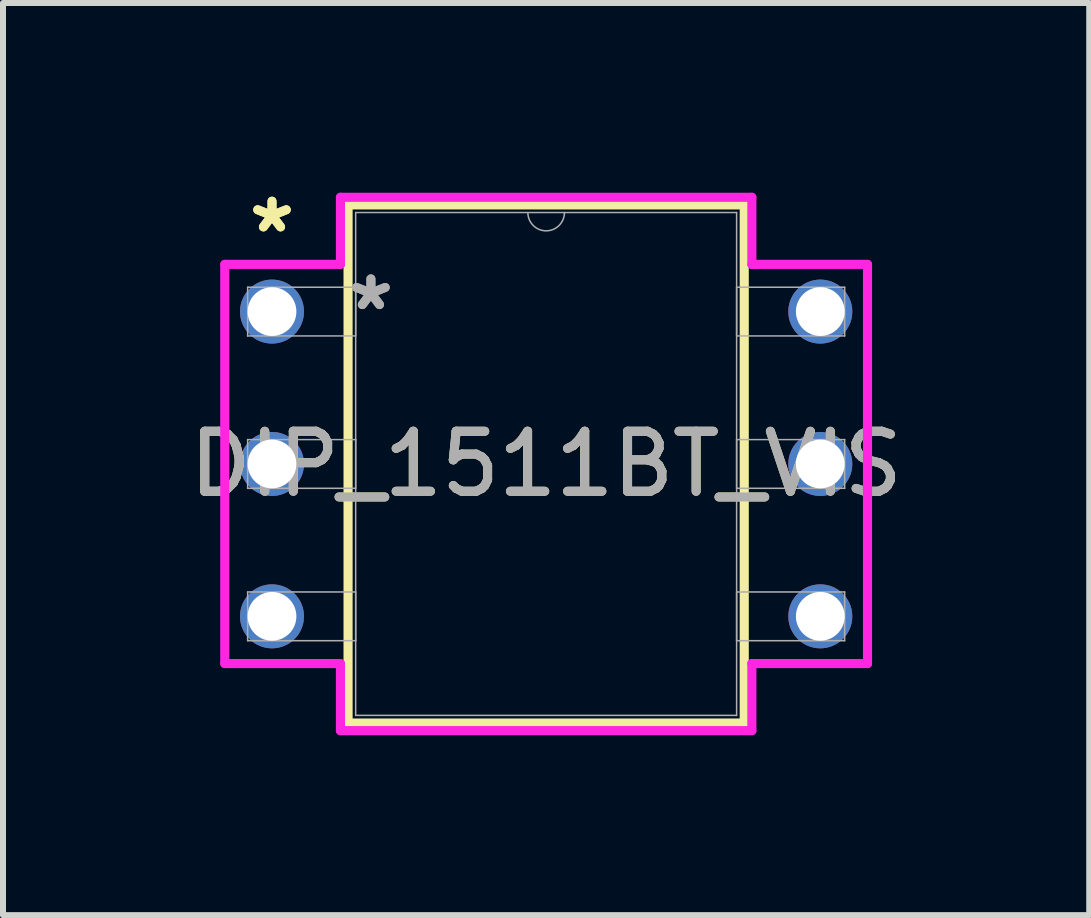
<source format=kicad_pcb>
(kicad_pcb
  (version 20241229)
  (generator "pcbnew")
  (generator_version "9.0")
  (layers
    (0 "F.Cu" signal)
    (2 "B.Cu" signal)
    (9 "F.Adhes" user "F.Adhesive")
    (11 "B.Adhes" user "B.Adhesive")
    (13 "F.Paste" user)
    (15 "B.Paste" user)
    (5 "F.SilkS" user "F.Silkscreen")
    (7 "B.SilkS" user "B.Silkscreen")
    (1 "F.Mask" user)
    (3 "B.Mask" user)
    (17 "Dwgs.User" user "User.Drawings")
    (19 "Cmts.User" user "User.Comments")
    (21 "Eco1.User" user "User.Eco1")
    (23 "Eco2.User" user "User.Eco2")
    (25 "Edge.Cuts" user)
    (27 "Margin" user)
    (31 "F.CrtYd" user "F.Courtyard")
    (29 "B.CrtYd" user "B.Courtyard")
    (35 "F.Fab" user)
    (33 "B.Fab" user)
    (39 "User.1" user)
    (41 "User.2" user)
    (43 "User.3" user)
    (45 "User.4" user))
  (footprint "DIP_1511BT_VIS"
    (layer "F.Cu")
    (at 1.484 2.144)
    (property "Reference" "DIP_1511BT_VIS" (at 4.57 2.54 0) (unlocked yes) (layer "F.SilkS") (effects (font (size 1 1) (thickness 0.15))))
    (attr through_hole)
    (fp_line (start 1.268 -1.778) (end 1.268 6.858) (stroke (width 0.152) (type solid)) (layer "F.SilkS"))
    (fp_line (start 1.268 6.858) (end 7.872 6.858) (stroke (width 0.152) (type solid)) (layer "F.SilkS"))
    (fp_line (start 7.872 -1.778) (end 1.268 -1.778) (stroke (width 0.152) (type solid)) (layer "F.SilkS"))
    (fp_line (start 7.872 6.858) (end 7.872 -1.778) (stroke (width 0.152) (type solid)) (layer "F.SilkS"))
    (fp_line (start -0.787 -0.787) (end 1.141 -0.787) (stroke (width 0.152) (type solid)) (layer "F.CrtYd"))
    (fp_line (start -0.787 5.867) (end -0.787 -0.787) (stroke (width 0.152) (type solid)) (layer "F.CrtYd"))
    (fp_line (start 1.141 -1.905) (end 7.999 -1.905) (stroke (width 0.152) (type solid)) (layer "F.CrtYd"))
    (fp_line (start 1.141 -0.787) (end 1.141 -1.905) (stroke (width 0.152) (type solid)) (layer "F.CrtYd"))
    (fp_line (start 1.141 5.867) (end -0.787 5.867) (stroke (width 0.152) (type solid)) (layer "F.CrtYd"))
    (fp_line (start 1.141 6.985) (end 1.141 5.867) (stroke (width 0.152) (type solid)) (layer "F.CrtYd"))
    (fp_line (start 7.999 -1.905) (end 7.999 -0.787) (stroke (width 0.152) (type solid)) (layer "F.CrtYd"))
    (fp_line (start 7.999 5.867) (end 7.999 6.985) (stroke (width 0.152) (type solid)) (layer "F.CrtYd"))
    (fp_line (start 7.999 6.985) (end 1.141 6.985) (stroke (width 0.152) (type solid)) (layer "F.CrtYd"))
    (fp_line (start 9.927 -0.787) (end 7.999 -0.787) (stroke (width 0.152) (type solid)) (layer "F.CrtYd"))
    (fp_line (start 9.927 -0.787) (end 9.927 5.867) (stroke (width 0.152) (type solid)) (layer "F.CrtYd"))
    (fp_line (start 9.927 5.867) (end 7.999 5.867) (stroke (width 0.152) (type solid)) (layer "F.CrtYd"))
    (fp_line (start -0.406 -0.406) (end -0.406 0.406) (stroke (width 0.025) (type solid)) (layer "F.Fab"))
    (fp_line (start -0.406 0.406) (end 1.395 0.406) (stroke (width 0.025) (type solid)) (layer "F.Fab"))
    (fp_line (start -0.406 2.134) (end -0.406 2.946) (stroke (width 0.025) (type solid)) (layer "F.Fab"))
    (fp_line (start -0.406 2.946) (end 1.395 2.946) (stroke (width 0.025) (type solid)) (layer "F.Fab"))
    (fp_line (start -0.406 4.674) (end -0.406 5.486) (stroke (width 0.025) (type solid)) (layer "F.Fab"))
    (fp_line (start -0.406 5.486) (end 1.395 5.486) (stroke (width 0.025) (type solid)) (layer "F.Fab"))
    (fp_line (start 1.395 -1.651) (end 1.395 6.731) (stroke (width 0.025) (type solid)) (layer "F.Fab"))
    (fp_line (start 1.395 -0.406) (end -0.406 -0.406) (stroke (width 0.025) (type solid)) (layer "F.Fab"))
    (fp_line (start 1.395 0.406) (end 1.395 -0.406) (stroke (width 0.025) (type solid)) (layer "F.Fab"))
    (fp_line (start 1.395 2.134) (end -0.406 2.134) (stroke (width 0.025) (type solid)) (layer "F.Fab"))
    (fp_line (start 1.395 2.946) (end 1.395 2.134) (stroke (width 0.025) (type solid)) (layer "F.Fab"))
    (fp_line (start 1.395 4.674) (end -0.406 4.674) (stroke (width 0.025) (type solid)) (layer "F.Fab"))
    (fp_line (start 1.395 5.486) (end 1.395 4.674) (stroke (width 0.025) (type solid)) (layer "F.Fab"))
    (fp_line (start 1.395 6.731) (end 7.745 6.731) (stroke (width 0.025) (type solid)) (layer "F.Fab"))
    (fp_line (start 7.745 -1.651) (end 1.395 -1.651) (stroke (width 0.025) (type solid)) (layer "F.Fab"))
    (fp_line (start 7.745 -0.406) (end 7.745 0.406) (stroke (width 0.025) (type solid)) (layer "F.Fab"))
    (fp_line (start 7.745 0.406) (end 9.546 0.406) (stroke (width 0.025) (type solid)) (layer "F.Fab"))
    (fp_line (start 7.745 2.134) (end 7.745 2.946) (stroke (width 0.025) (type solid)) (layer "F.Fab"))
    (fp_line (start 7.745 2.946) (end 9.546 2.946) (stroke (width 0.025) (type solid)) (layer "F.Fab"))
    (fp_line (start 7.745 4.674) (end 7.745 5.486) (stroke (width 0.025) (type solid)) (layer "F.Fab"))
    (fp_line (start 7.745 5.486) (end 9.546 5.486) (stroke (width 0.025) (type solid)) (layer "F.Fab"))
    (fp_line (start 7.745 6.731) (end 7.745 -1.651) (stroke (width 0.025) (type solid)) (layer "F.Fab"))
    (fp_line (start 9.546 -0.406) (end 7.745 -0.406) (stroke (width 0.025) (type solid)) (layer "F.Fab"))
    (fp_line (start 9.546 0.406) (end 9.546 -0.406) (stroke (width 0.025) (type solid)) (layer "F.Fab"))
    (fp_line (start 9.546 2.134) (end 7.745 2.134) (stroke (width 0.025) (type solid)) (layer "F.Fab"))
    (fp_line (start 9.546 2.946) (end 9.546 2.134) (stroke (width 0.025) (type solid)) (layer "F.Fab"))
    (fp_line (start 9.546 4.674) (end 7.745 4.674) (stroke (width 0.025) (type solid)) (layer "F.Fab"))
    (fp_line (start 9.546 5.486) (end 9.546 4.674) (stroke (width 0.025) (type solid)) (layer "F.Fab"))
    (fp_arc (start 4.8748 -1.651) (mid 4.57 -1.3462) (end 4.2652 -1.651) (stroke (width 0.0254) (type solid)) (layer "F.Fab"))
    (fp_text user "*" (at 0 -1.295 0) (layer "F.SilkS") (effects (font (size 1 1) (thickness 0.15))))
    (fp_text user "*" (at 0 -1.295 0) (unlocked yes) (layer "F.SilkS") (effects (font (size 1 1) (thickness 0.15))))
    (fp_text user "*" (at 1.649 0 0) (unlocked yes) (layer "F.Fab") (effects (font (size 1 1) (thickness 0.15))))
    (fp_text user "${REFERENCE}" (at 4.57 2.54 0) (unlocked yes) (layer "F.Fab") (effects (font (size 1 1) (thickness 0.15))))
    (fp_text user "*" (at 1.649 0 0) (layer "F.Fab") (effects (font (size 1 1) (thickness 0.15))))
    (pad "1" thru_hole circle (at 0 0) (size 1.067 1.067) (drill 0.813) (layers "*.Cu" "*.Mask"))
    (pad "2" thru_hole circle (at 0 2.54) (size 1.067 1.067) (drill 0.813) (layers "*.Cu" "*.Mask"))
    (pad "3" thru_hole circle (at 0 5.08) (size 1.067 1.067) (drill 0.813) (layers "*.Cu" "*.Mask"))
    (pad "4" thru_hole circle (at 9.14 5.08) (size 1.067 1.067) (drill 0.813) (layers "*.Cu" "*.Mask"))
    (pad "5" thru_hole circle (at 9.14 2.54) (size 1.067 1.067) (drill 0.813) (layers "*.Cu" "*.Mask"))
    (pad "6" thru_hole circle (at 9.14 0) (size 1.067 1.067) (drill 0.813) (layers "*.Cu" "*.Mask")))
  (gr_rect
    (start -3 -3)
    (end 15.107 12.205)
    (stroke (width 0.1) (type default))
    (fill no)
    (layer "Edge.Cuts")))
</source>
